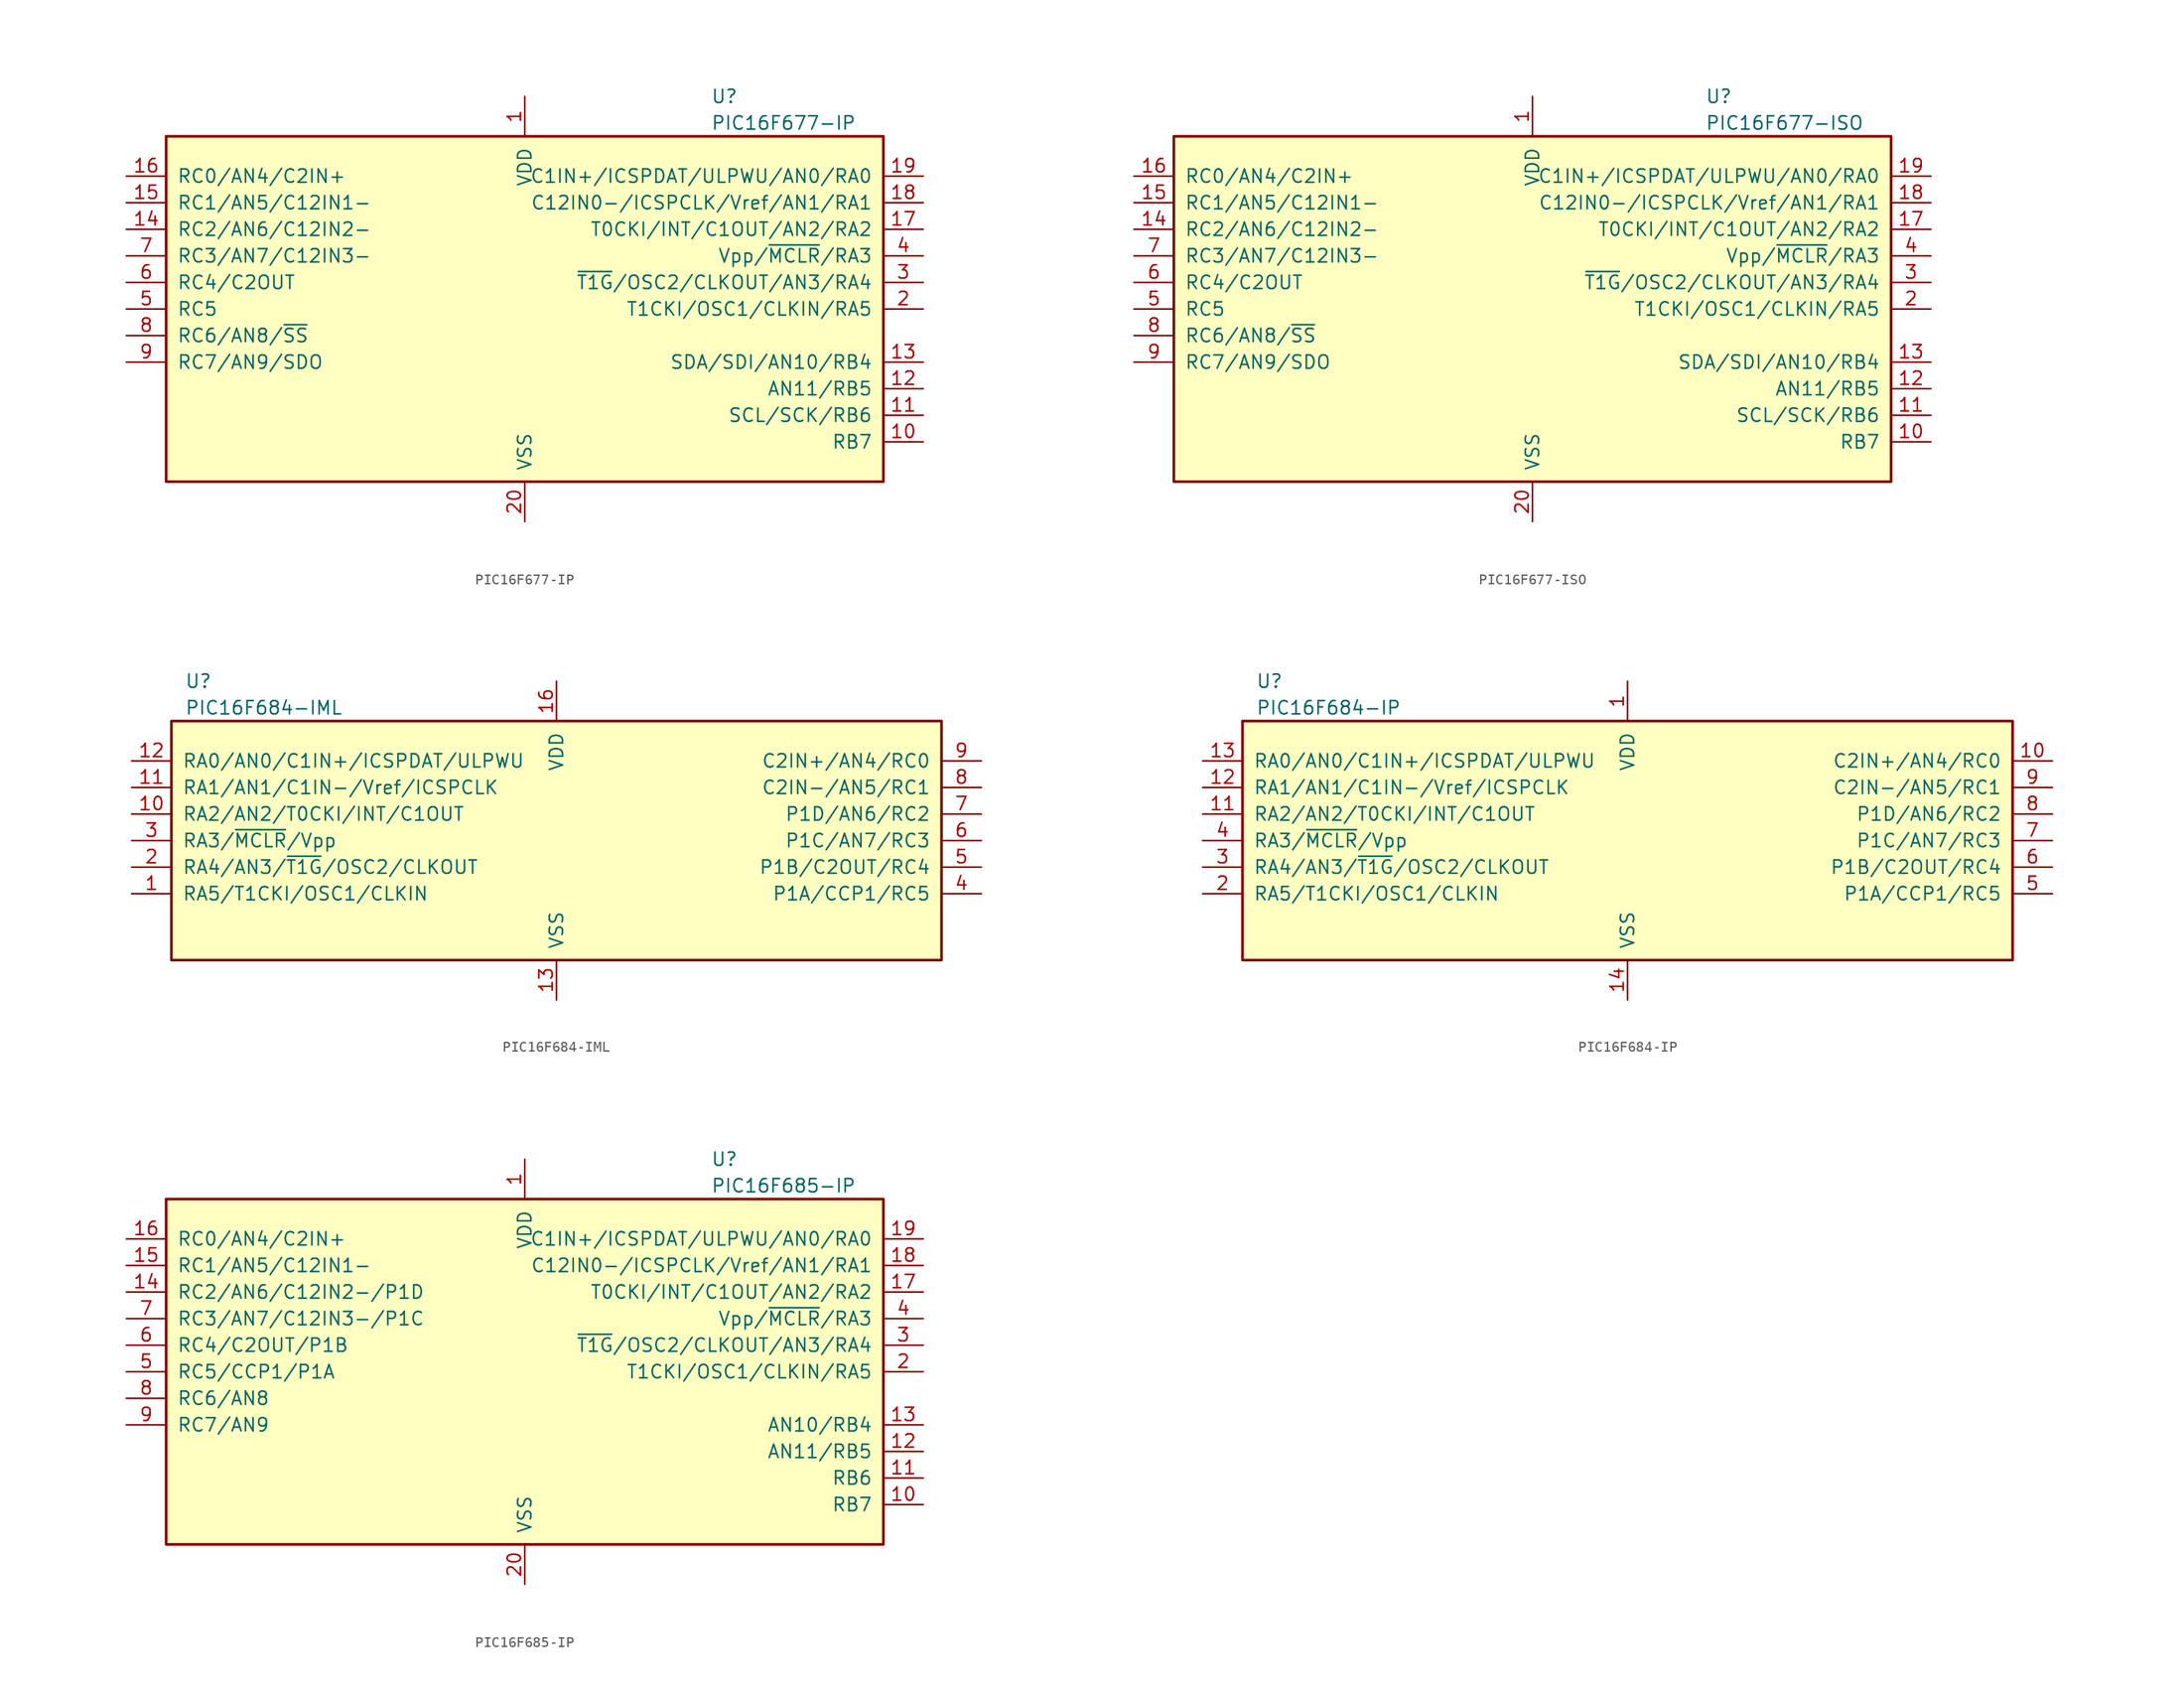
<source format=kicad_sym>
(kicad_symbol_lib
  (version 20211014)
  (generator kicad_symbol_editor)
  (symbol "PIC16F677-IP"
    (pin_names
      (offset 1.016))
    (property "Reference" "U"
      (at 17.78 20.32 0)
      (effects (font (size 1.27 1.27)) (justify left)))
    (property "Value" "PIC16F677-IP"
      (at 17.78 17.78 0)
      (effects (font (size 1.27 1.27)) (justify left)))
    (symbol "PIC16F677-IP_0_1"
      (rectangle (start -34.29 16.51) (end 34.29 -16.51) (stroke (width 0.254) (type default) (color 0 0 0 0)) (fill (type background))))
    (symbol "PIC16F677-IP_1_1"
      (pin power_in line (at 0 20.32 270) (length 3.81) (name "VDD" (effects (font (size 1.27 1.27)))) (number "1" (effects (font (size 1.27 1.27)))))
      (pin bidirectional line (at 38.1 -12.7 180) (length 3.81) (name "RB7" (effects (font (size 1.27 1.27)))) (number "10" (effects (font (size 1.27 1.27)))))
      (pin bidirectional line (at 38.1 -10.16 180) (length 3.81) (name "SCL/SCK/RB6" (effects (font (size 1.27 1.27)))) (number "11" (effects (font (size 1.27 1.27)))))
      (pin bidirectional line (at 38.1 -7.62 180) (length 3.81) (name "AN11/RB5" (effects (font (size 1.27 1.27)))) (number "12" (effects (font (size 1.27 1.27)))))
      (pin bidirectional line (at 38.1 -5.08 180) (length 3.81) (name "SDA/SDI/AN10/RB4" (effects (font (size 1.27 1.27)))) (number "13" (effects (font (size 1.27 1.27)))))
      (pin bidirectional line (at -38.1 7.62 0) (length 3.81) (name "RC2/AN6/C12IN2-" (effects (font (size 1.27 1.27)))) (number "14" (effects (font (size 1.27 1.27)))))
      (pin bidirectional line (at -38.1 10.16 0) (length 3.81) (name "RC1/AN5/C12IN1-" (effects (font (size 1.27 1.27)))) (number "15" (effects (font (size 1.27 1.27)))))
      (pin bidirectional line (at -38.1 12.7 0) (length 3.81) (name "RC0/AN4/C2IN+" (effects (font (size 1.27 1.27)))) (number "16" (effects (font (size 1.27 1.27)))))
      (pin bidirectional line (at 38.1 7.62 180) (length 3.81) (name "T0CKI/INT/C1OUT/AN2/RA2" (effects (font (size 1.27 1.27)))) (number "17" (effects (font (size 1.27 1.27)))))
      (pin bidirectional line (at 38.1 10.16 180) (length 3.81) (name "C12IN0-/ICSPCLK/Vref/AN1/RA1" (effects (font (size 1.27 1.27)))) (number "18" (effects (font (size 1.27 1.27)))))
      (pin bidirectional line (at 38.1 12.7 180) (length 3.81) (name "C1IN+/ICSPDAT/ULPWU/AN0/RA0" (effects (font (size 1.27 1.27)))) (number "19" (effects (font (size 1.27 1.27)))))
      (pin bidirectional line (at 38.1 0 180) (length 3.81) (name "T1CKI/OSC1/CLKIN/RA5" (effects (font (size 1.27 1.27)))) (number "2" (effects (font (size 1.27 1.27)))))
      (pin power_in line (at 0 -20.32 90) (length 3.81) (name "VSS" (effects (font (size 1.27 1.27)))) (number "20" (effects (font (size 1.27 1.27)))))
      (pin bidirectional line (at 38.1 2.54 180) (length 3.81) (name "~{T1G}/OSC2/CLKOUT/AN3/RA4" (effects (font (size 1.27 1.27)))) (number "3" (effects (font (size 1.27 1.27)))))
      (pin input line (at 38.1 5.08 180) (length 3.81) (name "Vpp/~{MCLR}/RA3" (effects (font (size 1.27 1.27)))) (number "4" (effects (font (size 1.27 1.27)))))
      (pin bidirectional line (at -38.1 0 0) (length 3.81) (name "RC5" (effects (font (size 1.27 1.27)))) (number "5" (effects (font (size 1.27 1.27)))))
      (pin bidirectional line (at -38.1 2.54 0) (length 3.81) (name "RC4/C2OUT" (effects (font (size 1.27 1.27)))) (number "6" (effects (font (size 1.27 1.27)))))
      (pin bidirectional line (at -38.1 5.08 0) (length 3.81) (name "RC3/AN7/C12IN3-" (effects (font (size 1.27 1.27)))) (number "7" (effects (font (size 1.27 1.27)))))
      (pin bidirectional line (at -38.1 -2.54 0) (length 3.81) (name "RC6/AN8/~{SS}" (effects (font (size 1.27 1.27)))) (number "8" (effects (font (size 1.27 1.27)))))
      (pin bidirectional line (at -38.1 -5.08 0) (length 3.81) (name "RC7/AN9/SDO" (effects (font (size 1.27 1.27)))) (number "9" (effects (font (size 1.27 1.27)))))))
  (symbol "PIC16F677-ISO"
    (pin_names
      (offset 1.016))
    (property "Reference" "U"
      (at 16.51 20.32 0)
      (effects (font (size 1.27 1.27)) (justify left)))
    (property "Value" "PIC16F677-ISO"
      (at 16.51 17.78 0)
      (effects (font (size 1.27 1.27)) (justify left)))
    (symbol "PIC16F677-ISO_0_1"
      (rectangle (start -34.29 16.51) (end 34.29 -16.51) (stroke (width 0.254) (type default) (color 0 0 0 0)) (fill (type background))))
    (symbol "PIC16F677-ISO_1_1"
      (pin power_in line (at 0 20.32 270) (length 3.81) (name "VDD" (effects (font (size 1.27 1.27)))) (number "1" (effects (font (size 1.27 1.27)))))
      (pin bidirectional line (at 38.1 -12.7 180) (length 3.81) (name "RB7" (effects (font (size 1.27 1.27)))) (number "10" (effects (font (size 1.27 1.27)))))
      (pin bidirectional line (at 38.1 -10.16 180) (length 3.81) (name "SCL/SCK/RB6" (effects (font (size 1.27 1.27)))) (number "11" (effects (font (size 1.27 1.27)))))
      (pin bidirectional line (at 38.1 -7.62 180) (length 3.81) (name "AN11/RB5" (effects (font (size 1.27 1.27)))) (number "12" (effects (font (size 1.27 1.27)))))
      (pin bidirectional line (at 38.1 -5.08 180) (length 3.81) (name "SDA/SDI/AN10/RB4" (effects (font (size 1.27 1.27)))) (number "13" (effects (font (size 1.27 1.27)))))
      (pin bidirectional line (at -38.1 7.62 0) (length 3.81) (name "RC2/AN6/C12IN2-" (effects (font (size 1.27 1.27)))) (number "14" (effects (font (size 1.27 1.27)))))
      (pin bidirectional line (at -38.1 10.16 0) (length 3.81) (name "RC1/AN5/C12IN1-" (effects (font (size 1.27 1.27)))) (number "15" (effects (font (size 1.27 1.27)))))
      (pin bidirectional line (at -38.1 12.7 0) (length 3.81) (name "RC0/AN4/C2IN+" (effects (font (size 1.27 1.27)))) (number "16" (effects (font (size 1.27 1.27)))))
      (pin bidirectional line (at 38.1 7.62 180) (length 3.81) (name "T0CKI/INT/C1OUT/AN2/RA2" (effects (font (size 1.27 1.27)))) (number "17" (effects (font (size 1.27 1.27)))))
      (pin bidirectional line (at 38.1 10.16 180) (length 3.81) (name "C12IN0-/ICSPCLK/Vref/AN1/RA1" (effects (font (size 1.27 1.27)))) (number "18" (effects (font (size 1.27 1.27)))))
      (pin bidirectional line (at 38.1 12.7 180) (length 3.81) (name "C1IN+/ICSPDAT/ULPWU/AN0/RA0" (effects (font (size 1.27 1.27)))) (number "19" (effects (font (size 1.27 1.27)))))
      (pin bidirectional line (at 38.1 0 180) (length 3.81) (name "T1CKI/OSC1/CLKIN/RA5" (effects (font (size 1.27 1.27)))) (number "2" (effects (font (size 1.27 1.27)))))
      (pin power_in line (at 0 -20.32 90) (length 3.81) (name "VSS" (effects (font (size 1.27 1.27)))) (number "20" (effects (font (size 1.27 1.27)))))
      (pin bidirectional line (at 38.1 2.54 180) (length 3.81) (name "~{T1G}/OSC2/CLKOUT/AN3/RA4" (effects (font (size 1.27 1.27)))) (number "3" (effects (font (size 1.27 1.27)))))
      (pin input line (at 38.1 5.08 180) (length 3.81) (name "Vpp/~{MCLR}/RA3" (effects (font (size 1.27 1.27)))) (number "4" (effects (font (size 1.27 1.27)))))
      (pin bidirectional line (at -38.1 0 0) (length 3.81) (name "RC5" (effects (font (size 1.27 1.27)))) (number "5" (effects (font (size 1.27 1.27)))))
      (pin bidirectional line (at -38.1 2.54 0) (length 3.81) (name "RC4/C2OUT" (effects (font (size 1.27 1.27)))) (number "6" (effects (font (size 1.27 1.27)))))
      (pin bidirectional line (at -38.1 5.08 0) (length 3.81) (name "RC3/AN7/C12IN3-" (effects (font (size 1.27 1.27)))) (number "7" (effects (font (size 1.27 1.27)))))
      (pin bidirectional line (at -38.1 -2.54 0) (length 3.81) (name "RC6/AN8/~{SS}" (effects (font (size 1.27 1.27)))) (number "8" (effects (font (size 1.27 1.27)))))
      (pin bidirectional line (at -38.1 -5.08 0) (length 3.81) (name "RC7/AN9/SDO" (effects (font (size 1.27 1.27)))) (number "9" (effects (font (size 1.27 1.27)))))))
  (symbol "PIC16F684-IML"
    (pin_names
      (offset 1.016))
    (property "Reference" "U"
      (at -35.56 15.24 0)
      (effects (font (size 1.27 1.27)) (justify left)))
    (property "Value" "PIC16F684-IML"
      (at -35.56 12.7 0)
      (effects (font (size 1.27 1.27)) (justify left)))
    (symbol "PIC16F684-IML_0_1"
      (rectangle (start -36.83 11.43) (end 36.83 -11.43) (stroke (width 0.254) (type default) (color 0 0 0 0)) (fill (type background))))
    (symbol "PIC16F684-IML_1_1"
      (pin bidirectional line (at -40.64 -5.08 0) (length 3.81) (name "RA5/T1CKI/OSC1/CLKIN" (effects (font (size 1.27 1.27)))) (number "1" (effects (font (size 1.27 1.27)))))
      (pin bidirectional line (at -40.64 2.54 0) (length 3.81) (name "RA2/AN2/T0CKI/INT/C1OUT" (effects (font (size 1.27 1.27)))) (number "10" (effects (font (size 1.27 1.27)))))
      (pin bidirectional line (at -40.64 5.08 0) (length 3.81) (name "RA1/AN1/C1IN-/Vref/ICSPCLK" (effects (font (size 1.27 1.27)))) (number "11" (effects (font (size 1.27 1.27)))))
      (pin bidirectional line (at -40.64 7.62 0) (length 3.81) (name "RA0/AN0/C1IN+/ICSPDAT/ULPWU" (effects (font (size 1.27 1.27)))) (number "12" (effects (font (size 1.27 1.27)))))
      (pin power_in line (at 0 -15.24 90) (length 3.81) (name "VSS" (effects (font (size 1.27 1.27)))) (number "13" (effects (font (size 1.27 1.27)))))
      (pin power_in line (at 0 15.24 270) (length 3.81) (name "VDD" (effects (font (size 1.27 1.27)))) (number "16" (effects (font (size 1.27 1.27)))))
      (pin bidirectional line (at -40.64 -2.54 0) (length 3.81) (name "RA4/AN3/~{T1G}/OSC2/CLKOUT" (effects (font (size 1.27 1.27)))) (number "2" (effects (font (size 1.27 1.27)))))
      (pin input line (at -40.64 0 0) (length 3.81) (name "RA3/~{MCLR}/Vpp" (effects (font (size 1.27 1.27)))) (number "3" (effects (font (size 1.27 1.27)))))
      (pin bidirectional line (at 40.64 -5.08 180) (length 3.81) (name "P1A/CCP1/RC5" (effects (font (size 1.27 1.27)))) (number "4" (effects (font (size 1.27 1.27)))))
      (pin bidirectional line (at 40.64 -2.54 180) (length 3.81) (name "P1B/C2OUT/RC4" (effects (font (size 1.27 1.27)))) (number "5" (effects (font (size 1.27 1.27)))))
      (pin bidirectional line (at 40.64 0 180) (length 3.81) (name "P1C/AN7/RC3" (effects (font (size 1.27 1.27)))) (number "6" (effects (font (size 1.27 1.27)))))
      (pin bidirectional line (at 40.64 2.54 180) (length 3.81) (name "P1D/AN6/RC2" (effects (font (size 1.27 1.27)))) (number "7" (effects (font (size 1.27 1.27)))))
      (pin bidirectional line (at 40.64 5.08 180) (length 3.81) (name "C2IN-/AN5/RC1" (effects (font (size 1.27 1.27)))) (number "8" (effects (font (size 1.27 1.27)))))
      (pin bidirectional line (at 40.64 7.62 180) (length 3.81) (name "C2IN+/AN4/RC0" (effects (font (size 1.27 1.27)))) (number "9" (effects (font (size 1.27 1.27)))))))
  (symbol "PIC16F684-IP"
    (pin_names
      (offset 1.016))
    (property "Reference" "U"
      (at -35.56 15.24 0)
      (effects (font (size 1.27 1.27)) (justify left)))
    (property "Value" "PIC16F684-IP"
      (at -35.56 12.7 0)
      (effects (font (size 1.27 1.27)) (justify left)))
    (symbol "PIC16F684-IP_0_1"
      (rectangle (start -36.83 11.43) (end 36.83 -11.43) (stroke (width 0.254) (type default) (color 0 0 0 0)) (fill (type background))))
    (symbol "PIC16F684-IP_1_1"
      (pin power_in line (at 0 15.24 270) (length 3.81) (name "VDD" (effects (font (size 1.27 1.27)))) (number "1" (effects (font (size 1.27 1.27)))))
      (pin bidirectional line (at 40.64 7.62 180) (length 3.81) (name "C2IN+/AN4/RC0" (effects (font (size 1.27 1.27)))) (number "10" (effects (font (size 1.27 1.27)))))
      (pin bidirectional line (at -40.64 2.54 0) (length 3.81) (name "RA2/AN2/T0CKI/INT/C1OUT" (effects (font (size 1.27 1.27)))) (number "11" (effects (font (size 1.27 1.27)))))
      (pin bidirectional line (at -40.64 5.08 0) (length 3.81) (name "RA1/AN1/C1IN-/Vref/ICSPCLK" (effects (font (size 1.27 1.27)))) (number "12" (effects (font (size 1.27 1.27)))))
      (pin bidirectional line (at -40.64 7.62 0) (length 3.81) (name "RA0/AN0/C1IN+/ICSPDAT/ULPWU" (effects (font (size 1.27 1.27)))) (number "13" (effects (font (size 1.27 1.27)))))
      (pin power_in line (at 0 -15.24 90) (length 3.81) (name "VSS" (effects (font (size 1.27 1.27)))) (number "14" (effects (font (size 1.27 1.27)))))
      (pin bidirectional line (at -40.64 -5.08 0) (length 3.81) (name "RA5/T1CKI/OSC1/CLKIN" (effects (font (size 1.27 1.27)))) (number "2" (effects (font (size 1.27 1.27)))))
      (pin bidirectional line (at -40.64 -2.54 0) (length 3.81) (name "RA4/AN3/~{T1G}/OSC2/CLKOUT" (effects (font (size 1.27 1.27)))) (number "3" (effects (font (size 1.27 1.27)))))
      (pin input line (at -40.64 0 0) (length 3.81) (name "RA3/~{MCLR}/Vpp" (effects (font (size 1.27 1.27)))) (number "4" (effects (font (size 1.27 1.27)))))
      (pin bidirectional line (at 40.64 -5.08 180) (length 3.81) (name "P1A/CCP1/RC5" (effects (font (size 1.27 1.27)))) (number "5" (effects (font (size 1.27 1.27)))))
      (pin bidirectional line (at 40.64 -2.54 180) (length 3.81) (name "P1B/C2OUT/RC4" (effects (font (size 1.27 1.27)))) (number "6" (effects (font (size 1.27 1.27)))))
      (pin bidirectional line (at 40.64 0 180) (length 3.81) (name "P1C/AN7/RC3" (effects (font (size 1.27 1.27)))) (number "7" (effects (font (size 1.27 1.27)))))
      (pin bidirectional line (at 40.64 2.54 180) (length 3.81) (name "P1D/AN6/RC2" (effects (font (size 1.27 1.27)))) (number "8" (effects (font (size 1.27 1.27)))))
      (pin bidirectional line (at 40.64 5.08 180) (length 3.81) (name "C2IN-/AN5/RC1" (effects (font (size 1.27 1.27)))) (number "9" (effects (font (size 1.27 1.27)))))))
  (symbol "PIC16F685-IP"
    (pin_names
      (offset 1.016))
    (property "Reference" "U"
      (at 17.78 20.32 0)
      (effects (font (size 1.27 1.27)) (justify left)))
    (property "Value" "PIC16F685-IP"
      (at 17.78 17.78 0)
      (effects (font (size 1.27 1.27)) (justify left)))
    (symbol "PIC16F685-IP_0_1"
      (rectangle (start -34.29 16.51) (end 34.29 -16.51) (stroke (width 0.254) (type default) (color 0 0 0 0)) (fill (type background))))
    (symbol "PIC16F685-IP_1_1"
      (pin power_in line (at 0 20.32 270) (length 3.81) (name "VDD" (effects (font (size 1.27 1.27)))) (number "1" (effects (font (size 1.27 1.27)))))
      (pin bidirectional line (at 38.1 -12.7 180) (length 3.81) (name "RB7" (effects (font (size 1.27 1.27)))) (number "10" (effects (font (size 1.27 1.27)))))
      (pin bidirectional line (at 38.1 -10.16 180) (length 3.81) (name "RB6" (effects (font (size 1.27 1.27)))) (number "11" (effects (font (size 1.27 1.27)))))
      (pin bidirectional line (at 38.1 -7.62 180) (length 3.81) (name "AN11/RB5" (effects (font (size 1.27 1.27)))) (number "12" (effects (font (size 1.27 1.27)))))
      (pin bidirectional line (at 38.1 -5.08 180) (length 3.81) (name "AN10/RB4" (effects (font (size 1.27 1.27)))) (number "13" (effects (font (size 1.27 1.27)))))
      (pin bidirectional line (at -38.1 7.62 0) (length 3.81) (name "RC2/AN6/C12IN2-/P1D" (effects (font (size 1.27 1.27)))) (number "14" (effects (font (size 1.27 1.27)))))
      (pin bidirectional line (at -38.1 10.16 0) (length 3.81) (name "RC1/AN5/C12IN1-" (effects (font (size 1.27 1.27)))) (number "15" (effects (font (size 1.27 1.27)))))
      (pin bidirectional line (at -38.1 12.7 0) (length 3.81) (name "RC0/AN4/C2IN+" (effects (font (size 1.27 1.27)))) (number "16" (effects (font (size 1.27 1.27)))))
      (pin bidirectional line (at 38.1 7.62 180) (length 3.81) (name "T0CKI/INT/C1OUT/AN2/RA2" (effects (font (size 1.27 1.27)))) (number "17" (effects (font (size 1.27 1.27)))))
      (pin bidirectional line (at 38.1 10.16 180) (length 3.81) (name "C12IN0-/ICSPCLK/Vref/AN1/RA1" (effects (font (size 1.27 1.27)))) (number "18" (effects (font (size 1.27 1.27)))))
      (pin bidirectional line (at 38.1 12.7 180) (length 3.81) (name "C1IN+/ICSPDAT/ULPWU/AN0/RA0" (effects (font (size 1.27 1.27)))) (number "19" (effects (font (size 1.27 1.27)))))
      (pin bidirectional line (at 38.1 0 180) (length 3.81) (name "T1CKI/OSC1/CLKIN/RA5" (effects (font (size 1.27 1.27)))) (number "2" (effects (font (size 1.27 1.27)))))
      (pin power_in line (at 0 -20.32 90) (length 3.81) (name "VSS" (effects (font (size 1.27 1.27)))) (number "20" (effects (font (size 1.27 1.27)))))
      (pin bidirectional line (at 38.1 2.54 180) (length 3.81) (name "~{T1G}/OSC2/CLKOUT/AN3/RA4" (effects (font (size 1.27 1.27)))) (number "3" (effects (font (size 1.27 1.27)))))
      (pin input line (at 38.1 5.08 180) (length 3.81) (name "Vpp/~{MCLR}/RA3" (effects (font (size 1.27 1.27)))) (number "4" (effects (font (size 1.27 1.27)))))
      (pin bidirectional line (at -38.1 0 0) (length 3.81) (name "RC5/CCP1/P1A" (effects (font (size 1.27 1.27)))) (number "5" (effects (font (size 1.27 1.27)))))
      (pin bidirectional line (at -38.1 2.54 0) (length 3.81) (name "RC4/C2OUT/P1B" (effects (font (size 1.27 1.27)))) (number "6" (effects (font (size 1.27 1.27)))))
      (pin bidirectional line (at -38.1 5.08 0) (length 3.81) (name "RC3/AN7/C12IN3-/P1C" (effects (font (size 1.27 1.27)))) (number "7" (effects (font (size 1.27 1.27)))))
      (pin bidirectional line (at -38.1 -2.54 0) (length 3.81) (name "RC6/AN8" (effects (font (size 1.27 1.27)))) (number "8" (effects (font (size 1.27 1.27)))))
      (pin bidirectional line (at -38.1 -5.08 0) (length 3.81) (name "RC7/AN9" (effects (font (size 1.27 1.27)))) (number "9" (effects (font (size 1.27 1.27))))))))
</source>
